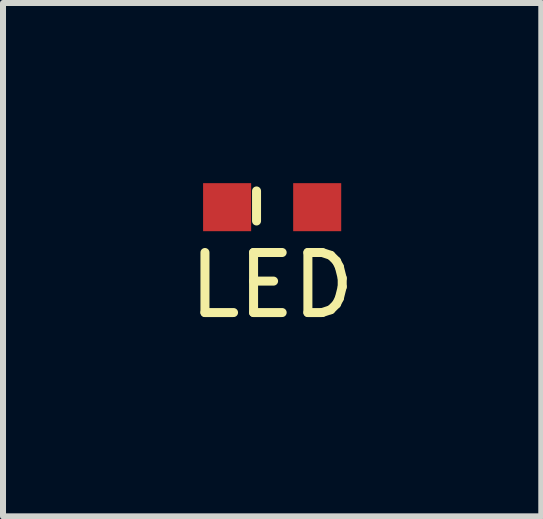
<source format=kicad_pcb>
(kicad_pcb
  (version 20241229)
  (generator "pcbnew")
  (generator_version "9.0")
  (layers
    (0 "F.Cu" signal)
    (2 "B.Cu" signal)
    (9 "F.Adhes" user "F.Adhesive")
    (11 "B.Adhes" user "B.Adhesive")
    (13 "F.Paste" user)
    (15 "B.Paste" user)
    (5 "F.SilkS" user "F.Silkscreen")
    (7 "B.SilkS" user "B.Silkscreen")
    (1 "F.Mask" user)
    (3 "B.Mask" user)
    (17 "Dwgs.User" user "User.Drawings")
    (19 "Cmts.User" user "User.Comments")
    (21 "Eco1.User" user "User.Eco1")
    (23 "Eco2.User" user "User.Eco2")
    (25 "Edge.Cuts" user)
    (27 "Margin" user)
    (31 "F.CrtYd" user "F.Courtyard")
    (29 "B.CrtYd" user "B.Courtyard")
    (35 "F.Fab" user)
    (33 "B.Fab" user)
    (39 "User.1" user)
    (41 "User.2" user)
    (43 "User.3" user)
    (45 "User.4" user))
  (footprint "LED"
    (layer "F.Cu")
    (at 1.482 0.4)
    (property "Reference" "LED" (at 0 1.3 0) (layer "F.SilkS") (effects (font (size 1 1) (thickness 0.15))))
    (attr smd)
    (fp_line (start -0.26 0.23) (end -0.26 -0.27) (stroke (width 0.15) (type solid)) (layer "F.SilkS"))
    (pad "1" smd rect (at -0.75 0) (size 0.8 0.8) (layers "F.Cu" "F.Mask" "F.Paste"))
    (pad "2" smd rect (at 0.75 0) (size 0.8 0.8) (layers "F.Cu" "F.Mask" "F.Paste")))
  (gr_rect
    (start -3 -3)
    (end 5.964 5.548)
    (stroke (width 0.1) (type default))
    (fill no)
    (layer "Edge.Cuts")))
</source>
